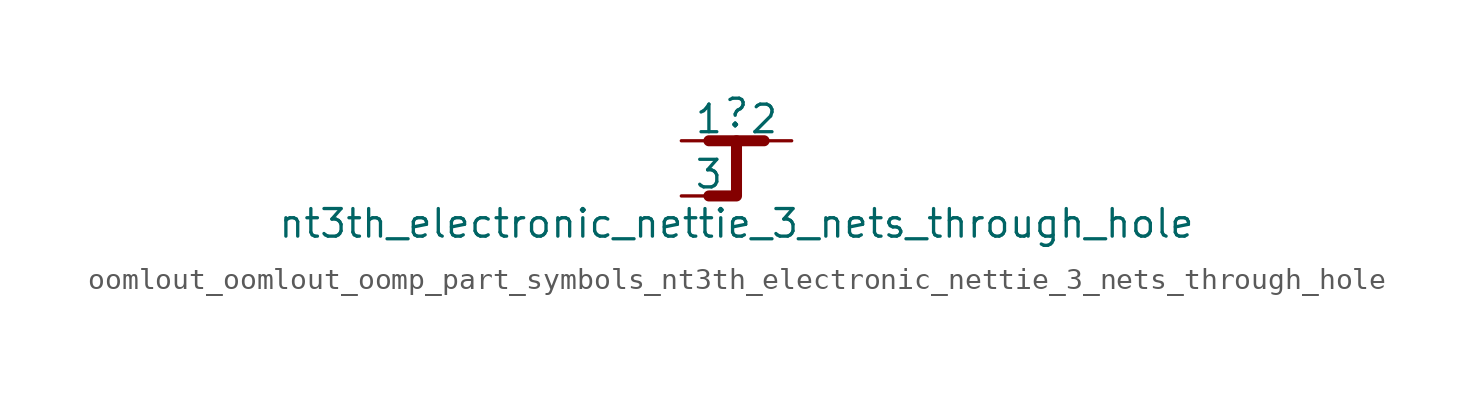
<source format=kicad_sym>
(kicad_symbol_lib
  (version 20220914)
  (generator kicad_symbol_editor)
  (symbol "oomlout_oomlout_oomp_part_symbols_nt3th_electronic_nettie_3_nets_through_hole"
    (pin_numbers hide)
    (pin_names
      (offset 0))
    (property "Reference" ""
      (at 0 1.27 0)
      (effects (font (size 1.27 1.27))))
    (property "Value" "nt3th_electronic_nettie_3_nets_through_hole"
      (at 0 -3.81 0)
      (effects (font (size 1.27 1.27))))
    (symbol "oomlout_oomlout_oomp_part_symbols_nt3th_electronic_nettie_3_nets_through_hole_0_1"
      (polyline (pts (xy -1.27 0) (xy 1.27 0)) (stroke (width 0.508) (type default)) (fill (type none)))
      (polyline (pts (xy 0 0) (xy 0 -2.54) (xy -1.27 -2.54)) (stroke (width 0.508) (type default)) (fill (type none))))
    (symbol "oomlout_oomlout_oomp_part_symbols_nt3th_electronic_nettie_3_nets_through_hole_1_1"
      (pin passive line (at -2.54 0 0) (length 2.54) (name "1" (effects (font (size 1.27 1.27)))) (number "1" (effects (font (size 1.27 1.27)))))
      (pin passive line (at 2.54 0 180) (length 2.54) (name "2" (effects (font (size 1.27 1.27)))) (number "2" (effects (font (size 1.27 1.27)))))
      (pin passive line (at -2.54 -2.54 0) (length 2.54) (name "3" (effects (font (size 1.27 1.27)))) (number "3" (effects (font (size 1.27 1.27))))))))
</source>
